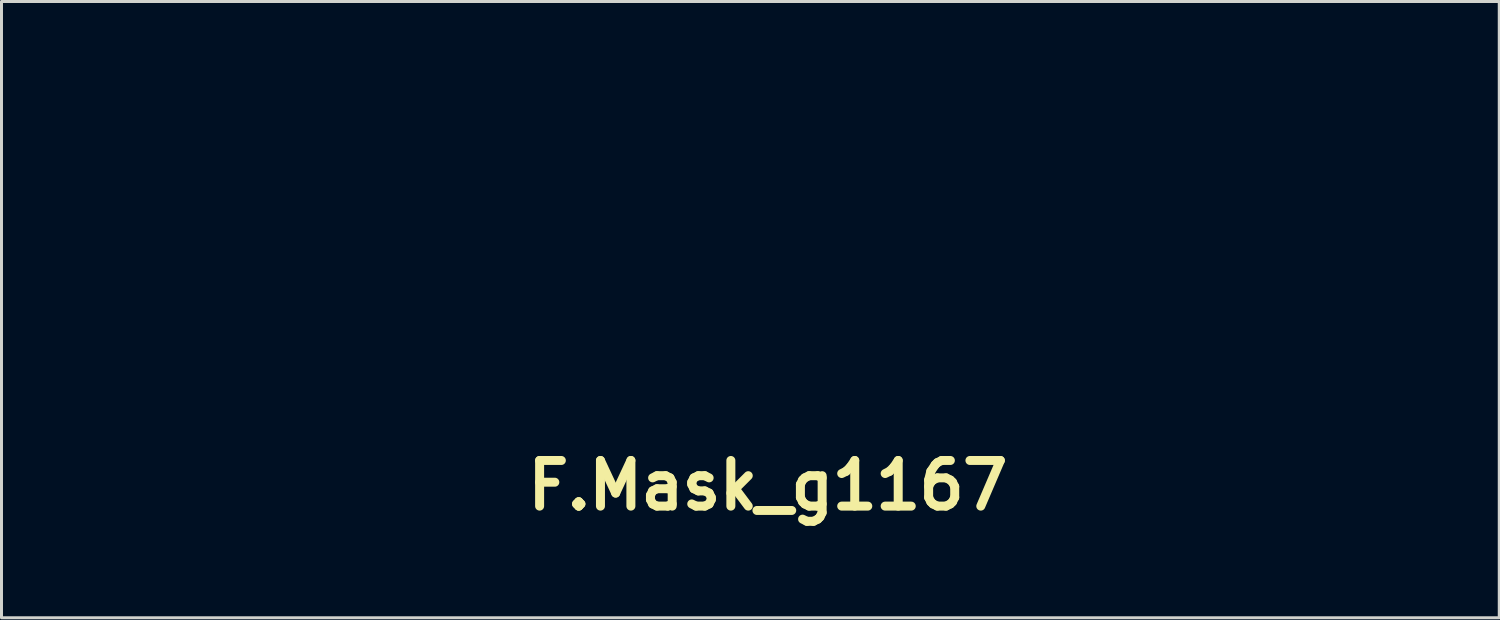
<source format=kicad_pcb>
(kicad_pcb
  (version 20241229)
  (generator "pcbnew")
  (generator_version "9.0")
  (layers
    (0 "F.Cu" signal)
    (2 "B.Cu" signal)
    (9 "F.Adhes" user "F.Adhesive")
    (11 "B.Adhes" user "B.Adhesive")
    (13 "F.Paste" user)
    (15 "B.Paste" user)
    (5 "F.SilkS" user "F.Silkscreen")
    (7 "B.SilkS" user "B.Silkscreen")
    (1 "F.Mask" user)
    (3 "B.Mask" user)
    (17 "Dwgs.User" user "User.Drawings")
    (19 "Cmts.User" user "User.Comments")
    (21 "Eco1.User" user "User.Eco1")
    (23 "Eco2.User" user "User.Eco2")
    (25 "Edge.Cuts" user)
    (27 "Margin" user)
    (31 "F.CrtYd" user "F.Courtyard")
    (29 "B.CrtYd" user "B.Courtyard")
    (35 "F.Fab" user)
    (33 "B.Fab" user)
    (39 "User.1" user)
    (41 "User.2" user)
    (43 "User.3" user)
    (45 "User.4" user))
  (footprint "F.Mask_g1167"
    (layer "F.Cu")
    (at 22.589 13.161)
    (property "Reference" "F.Mask_g1167" (at 0 0 0) (layer "F.SilkS") (effects (font (size 1.524 1.524) (thickness 0.3))))
    (attr through_hole)
    (fp_poly (pts (xy -21.358 -13.149) (xy -21.277 -13.146) (xy -21.166 -13.142) (xy -21.016 -13.138) (xy -20.83 -13.135) (xy -20.612 -13.132) (xy -20.364 -13.129) (xy -20.09 -13.127) (xy -19.793 -13.126) (xy -19.476 -13.125) (xy -19.143 -13.125) (xy -18.817 -13.125) (xy -18.703 -13.125) (xy -18.547 -13.125) (xy -18.351 -13.125) (xy -18.116 -13.125) (xy -17.843 -13.126) (xy -17.533 -13.126) (xy -17.187 -13.126) (xy -16.806 -13.126) (xy -16.392 -13.126) (xy -15.944 -13.126) (xy -15.466 -13.126) (xy -14.956 -13.126) (xy -14.418 -13.126) (xy -13.851 -13.126) (xy -13.257 -13.126) (xy -12.636 -13.126) (xy -11.99 -13.126) (xy -11.321 -13.126) (xy -10.628 -13.126) (xy -9.914 -13.126) (xy -9.178 -13.126) (xy -8.423 -13.126) (xy -7.649 -13.126) (xy -6.858 -13.126) (xy -6.05 -13.126) (xy -5.226 -13.126) (xy -4.389 -13.126) (xy -3.538 -13.126) (xy -2.674 -13.126) (xy -1.8 -13.126) (xy -0.915 -13.126) (xy -0.022 -13.126) (xy 0.88 -13.126) (xy 1.788 -13.126) (xy 2.281 -13.126) (xy 21.421 -13.123) (xy 21.421 -10.245) (xy 20.029 -10.245) (xy 20.016 -10.197) (xy 20.006 -10.142) (xy 20.003 -10.068) (xy 20.008 -9.971) (xy 20.019 -9.845) (xy 20.039 -9.685) (xy 20.047 -9.619) (xy 20.069 -9.44) (xy 20.079 -9.296) (xy 20.079 -9.181) (xy 20.067 -9.091) (xy 20.043 -9.018) (xy 20.017 -8.972) (xy 19.962 -8.907) (xy 19.894 -8.859) (xy 19.808 -8.828) (xy 19.698 -8.813) (xy 19.562 -8.813) (xy 19.393 -8.828) (xy 19.256 -8.845) (xy 19.079 -8.869) (xy 18.938 -8.883) (xy 18.829 -8.889) (xy 18.748 -8.886) (xy 18.696 -8.877) (xy 18.648 -8.864) (xy 18.643 -8.164) (xy 18.637 -7.463) (xy 18.542 -7.431) (xy 18.501 -7.421) (xy 18.444 -7.413) (xy 18.365 -7.406) (xy 18.26 -7.401) (xy 18.125 -7.398) (xy 17.954 -7.395) (xy 17.875 -7.394) (xy 17.72 -7.393) (xy 17.576 -7.392) (xy 17.449 -7.39) (xy 17.345 -7.389) (xy 17.272 -7.389) (xy 17.235 -7.388) (xy 17.166 -7.387) (xy 17.166 -5.99) (xy 15.769 -5.99) (xy 15.769 -4.588) (xy 15.679 -4.601) (xy 15.616 -4.607) (xy 15.516 -4.614) (xy 15.385 -4.62) (xy 15.227 -4.625) (xy 15.048 -4.63) (xy 14.852 -4.635) (xy 14.647 -4.64) (xy 14.436 -4.643) (xy 14.225 -4.646) (xy 14.019 -4.648) (xy 13.824 -4.649) (xy 13.645 -4.648) (xy 13.487 -4.647) (xy 13.42 -4.646) (xy 13.276 -4.643) (xy 13.097 -4.638) (xy 12.889 -4.632) (xy 12.658 -4.626) (xy 12.413 -4.619) (xy 12.158 -4.611) (xy 11.902 -4.603) (xy 11.65 -4.594) (xy 11.568 -4.592) (xy 11.124 -4.577) (xy 10.719 -4.564) (xy 10.35 -4.552) (xy 10.015 -4.542) (xy 9.708 -4.534) (xy 9.429 -4.527) (xy 9.172 -4.522) (xy 8.936 -4.518) (xy 8.717 -4.515) (xy 8.512 -4.514) (xy 8.317 -4.514) (xy 8.13 -4.515) (xy 7.948 -4.518) (xy 7.766 -4.521) (xy 7.583 -4.526) (xy 7.419 -4.531) (xy 7.201 -4.538) (xy 6.989 -4.548) (xy 6.788 -4.558) (xy 6.602 -4.569) (xy 6.438 -4.581) (xy 6.299 -4.593) (xy 6.191 -4.604) (xy 6.12 -4.615) (xy 6.107 -4.618) (xy 6.034 -4.643) (xy 5.955 -4.68) (xy 5.932 -4.693) (xy 5.842 -4.745) (xy 5.842 -5.99) (xy 3.048 -5.99) (xy 3.048 -6.376) (xy 3.046 -6.507) (xy 3.043 -6.668) (xy 3.042 -6.698) (xy 10.054 -6.698) (xy 10.054 -6.011) (xy 10.779 -6.016) (xy 11.504 -6.022) (xy 11.524 -6.123) (xy 11.53 -6.178) (xy 11.53 -6.252) (xy 11.524 -6.353) (xy 11.511 -6.485) (xy 11.497 -6.609) (xy 11.478 -6.764) (xy 11.465 -6.885) (xy 11.457 -6.977) (xy 11.453 -7.048) (xy 11.454 -7.106) (xy 11.459 -7.157) (xy 11.468 -7.208) (xy 11.474 -7.24) (xy 11.505 -7.339) (xy 11.553 -7.416) (xy 11.62 -7.473) (xy 11.71 -7.509) (xy 11.827 -7.527) (xy 11.974 -7.528) (xy 12.153 -7.511) (xy 12.351 -7.481) (xy 12.525 -7.459) (xy 12.692 -7.453) (xy 12.734 -7.455) (xy 12.912 -7.464) (xy 12.912 -6.011) (xy 13.604 -6.016) (xy 14.297 -6.022) (xy 14.314 -6.117) (xy 14.318 -6.187) (xy 14.315 -6.297) (xy 14.303 -6.447) (xy 14.287 -6.6) (xy 14.269 -6.77) (xy 14.259 -6.905) (xy 14.256 -7.013) (xy 14.261 -7.1) (xy 14.274 -7.174) (xy 14.296 -7.241) (xy 14.308 -7.271) (xy 14.356 -7.356) (xy 14.42 -7.421) (xy 14.503 -7.468) (xy 14.609 -7.498) (xy 14.742 -7.511) (xy 14.907 -7.509) (xy 15.106 -7.492) (xy 15.186 -7.482) (xy 15.376 -7.462) (xy 15.526 -7.452) (xy 15.637 -7.454) (xy 15.7 -7.464) (xy 15.748 -7.477) (xy 15.748 -8.805) (xy 15.806 -8.821) (xy 15.878 -8.832) (xy 15.983 -8.835) (xy 16.111 -8.83) (xy 16.254 -8.819) (xy 16.401 -8.801) (xy 16.439 -8.795) (xy 16.595 -8.776) (xy 16.751 -8.766) (xy 16.866 -8.766) (xy 16.985 -8.775) (xy 17.072 -8.795) (xy 17.135 -8.831) (xy 17.186 -8.887) (xy 17.224 -8.954) (xy 17.25 -9.018) (xy 17.266 -9.095) (xy 17.271 -9.19) (xy 17.266 -9.308) (xy 17.252 -9.456) (xy 17.227 -9.634) (xy 17.207 -9.797) (xy 17.194 -9.942) (xy 17.191 -10.058) (xy 17.193 -10.091) (xy 17.202 -10.245) (xy 15.769 -10.245) (xy 15.769 -8.848) (xy 14.287 -8.848) (xy 14.287 -10.245) (xy 12.912 -10.245) (xy 12.912 -8.848) (xy 12.215 -8.848) (xy 12.023 -8.847) (xy 11.87 -8.847) (xy 11.75 -8.845) (xy 11.659 -8.843) (xy 11.595 -8.84) (xy 11.551 -8.835) (xy 11.524 -8.829) (xy 11.511 -8.821) (xy 11.506 -8.814) (xy 11.498 -8.765) (xy 11.494 -8.684) (xy 11.495 -8.582) (xy 11.5 -8.468) (xy 11.51 -8.353) (xy 11.523 -8.248) (xy 11.524 -8.244) (xy 11.549 -8.079) (xy 11.564 -7.947) (xy 11.572 -7.841) (xy 11.571 -7.755) (xy 11.562 -7.679) (xy 11.557 -7.654) (xy 11.517 -7.536) (xy 11.452 -7.443) (xy 11.368 -7.381) (xy 11.328 -7.367) (xy 11.226 -7.35) (xy 11.088 -7.346) (xy 10.919 -7.355) (xy 10.724 -7.376) (xy 10.633 -7.389) (xy 10.476 -7.409) (xy 10.335 -7.42) (xy 10.218 -7.422) (xy 10.129 -7.415) (xy 10.077 -7.399) (xy 10.07 -7.374) (xy 10.064 -7.31) (xy 10.059 -7.206) (xy 10.056 -7.062) (xy 10.055 -6.876) (xy 10.054 -6.698) (xy 3.042 -6.698) (xy 3.038 -6.85) (xy 3.031 -7.041) (xy 3.023 -7.231) (xy 3.016 -7.366) (xy 3.008 -7.552) (xy 3 -7.751) (xy 2.993 -7.952) (xy 2.988 -8.143) (xy 2.986 -8.312) (xy 2.985 -8.408) (xy 2.985 -8.848) (xy 1.587 -8.848) (xy 1.587 -10.241) (xy 1.479 -10.256) (xy 1.44 -10.258) (xy 1.362 -10.26) (xy 1.249 -10.261) (xy 1.105 -10.262) (xy 0.935 -10.262) (xy 0.74 -10.261) (xy 0.527 -10.26) (xy 0.297 -10.259) (xy 0.055 -10.257) (xy -0.071 -10.256) (xy -0.454 -10.252) (xy -0.797 -10.25) (xy -1.103 -10.25) (xy -1.376 -10.252) (xy -1.619 -10.255) (xy -1.834 -10.261) (xy -2.025 -10.268) (xy -2.195 -10.277) (xy -2.346 -10.289) (xy -2.481 -10.302) (xy -2.513 -10.306) (xy -2.645 -10.322) (xy -2.666 -10.257) (xy -2.689 -10.171) (xy -2.705 -10.068) (xy -2.716 -9.941) (xy -2.722 -9.788) (xy -2.722 -9.602) (xy -2.718 -9.38) (xy -2.717 -9.361) (xy -2.703 -8.848) (xy -4.106 -8.848) (xy -4.106 -7.456) (xy -4.154 -7.443) (xy -4.209 -7.435) (xy -4.295 -7.431) (xy -4.402 -7.431) (xy -4.517 -7.434) (xy -4.63 -7.441) (xy -4.73 -7.45) (xy -4.741 -7.452) (xy -4.839 -7.462) (xy -4.957 -7.47) (xy -5.074 -7.475) (xy -5.105 -7.475) (xy -5.252 -7.469) (xy -5.363 -7.448) (xy -5.442 -7.41) (xy -5.492 -7.354) (xy -5.498 -7.345) (xy -5.516 -7.276) (xy -5.523 -7.169) (xy -5.518 -7.025) (xy -5.501 -6.848) (xy -5.481 -6.688) (xy -5.458 -6.504) (xy -5.449 -6.355) (xy -5.453 -6.238) (xy -5.47 -6.148) (xy -5.484 -6.111) (xy -5.505 -6.08) (xy -5.539 -6.056) (xy -5.59 -6.037) (xy -5.663 -6.022) (xy -5.762 -6.011) (xy -5.891 -6.004) (xy -6.054 -6) (xy -6.255 -5.998) (xy -6.403 -5.997) (xy -6.54 -5.996) (xy -6.659 -5.995) (xy -6.753 -5.994) (xy -6.817 -5.993) (xy -6.84 -5.993) (xy -6.895 -5.99) (xy -6.906 -5.435) (xy -6.91 -5.276) (xy -6.916 -5.124) (xy -6.923 -4.986) (xy -6.93 -4.869) (xy -6.938 -4.78) (xy -6.944 -4.736) (xy -6.97 -4.593) (xy -11.904 -4.598) (xy -16.838 -4.604) (xy -16.858 -4.705) (xy -16.864 -4.766) (xy -16.864 -4.847) (xy -16.857 -4.956) (xy -16.842 -5.098) (xy -16.837 -5.139) (xy -16.815 -5.344) (xy -16.803 -5.511) (xy -16.801 -5.647) (xy -16.811 -5.754) (xy -16.833 -5.839) (xy -16.868 -5.905) (xy -16.916 -5.957) (xy -16.95 -5.983) (xy -17.005 -6.011) (xy -12.637 -6.011) (xy -11.26 -6.011) (xy -11.261 -6.493) (xy -11.26 -6.636) (xy -11.258 -6.769) (xy -11.254 -6.885) (xy -11.25 -6.976) (xy -11.245 -7.035) (xy -11.243 -7.049) (xy -11.195 -7.186) (xy -11.123 -7.293) (xy -11.021 -7.372) (xy -10.886 -7.43) (xy -10.85 -7.44) (xy -10.779 -7.456) (xy -10.702 -7.466) (xy -10.61 -7.47) (xy -10.491 -7.469) (xy -10.432 -7.468) (xy -10.266 -7.458) (xy -10.134 -7.439) (xy -10.03 -7.408) (xy -9.947 -7.364) (xy -9.878 -7.304) (xy -9.864 -7.29) (xy -9.83 -7.246) (xy -9.803 -7.2) (xy -9.784 -7.145) (xy -9.77 -7.076) (xy -9.763 -6.987) (xy -9.76 -6.873) (xy -9.761 -6.727) (xy -9.765 -6.572) (xy -9.768 -6.433) (xy -9.77 -6.306) (xy -9.77 -6.198) (xy -9.769 -6.117) (xy -9.767 -6.067) (xy -9.765 -6.059) (xy -9.753 -6.011) (xy -8.384 -6.011) (xy -8.37 -6.087) (xy -8.363 -6.167) (xy -8.365 -6.286) (xy -8.375 -6.437) (xy -8.393 -6.619) (xy -8.414 -6.779) (xy -8.433 -6.969) (xy -8.433 -7.124) (xy -8.414 -7.248) (xy -8.374 -7.344) (xy -8.313 -7.418) (xy -8.229 -7.471) (xy -8.218 -7.476) (xy -8.125 -7.502) (xy -7.997 -7.515) (xy -7.838 -7.515) (xy -7.655 -7.501) (xy -7.514 -7.484) (xy -7.367 -7.466) (xy -7.229 -7.455) (xy -7.108 -7.452) (xy -7.013 -7.456) (xy -6.969 -7.464) (xy -6.922 -7.477) (xy -6.917 -8.146) (xy -6.911 -8.816) (xy -6.792 -8.835) (xy -6.728 -8.841) (xy -6.65 -8.841) (xy -6.55 -8.833) (xy -6.42 -8.818) (xy -6.346 -8.808) (xy -6.128 -8.781) (xy -5.948 -8.767) (xy -5.8 -8.766) (xy -5.683 -8.779) (xy -5.592 -8.808) (xy -5.523 -8.854) (xy -5.473 -8.917) (xy -5.438 -8.999) (xy -5.419 -9.078) (xy -5.413 -9.117) (xy -5.409 -9.158) (xy -5.409 -9.208) (xy -5.412 -9.27) (xy -5.42 -9.352) (xy -5.431 -9.458) (xy -5.448 -9.594) (xy -5.47 -9.767) (xy -5.472 -9.783) (xy -5.488 -9.92) (xy -5.495 -10.023) (xy -5.494 -10.101) (xy -5.487 -10.148) (xy -5.466 -10.245) (xy -6.9 -10.245) (xy -6.9 -8.848) (xy -8.382 -8.848) (xy -8.382 -10.245) (xy -9.758 -10.245) (xy -9.758 -8.848) (xy -11.171 -8.848) (xy -11.184 -8.8) (xy -11.194 -8.728) (xy -11.195 -8.626) (xy -11.186 -8.491) (xy -11.166 -8.319) (xy -11.153 -8.219) (xy -11.127 -8.009) (xy -11.117 -7.836) (xy -11.121 -7.695) (xy -11.142 -7.583) (xy -11.18 -7.497) (xy -11.236 -7.432) (xy -11.309 -7.386) (xy -11.312 -7.385) (xy -11.381 -7.362) (xy -11.469 -7.35) (xy -11.582 -7.346) (xy -11.723 -7.353) (xy -11.898 -7.37) (xy -12.068 -7.391) (xy -12.216 -7.409) (xy -12.33 -7.421) (xy -12.417 -7.425) (xy -12.482 -7.423) (xy -12.523 -7.418) (xy -12.626 -7.398) (xy -12.637 -6.011) (xy -17.005 -6.011) (xy -17.016 -6.017) (xy -17.095 -6.038) (xy -17.194 -6.047) (xy -17.319 -6.043) (xy -17.475 -6.027) (xy -17.589 -6.012) (xy -17.79 -5.985) (xy -17.954 -5.969) (xy -18.085 -5.964) (xy -18.187 -5.969) (xy -18.238 -5.977) (xy -18.276 -5.989) (xy -18.298 -6.011) (xy -18.31 -6.054) (xy -18.317 -6.107) (xy -18.32 -6.173) (xy -18.317 -6.269) (xy -18.31 -6.384) (xy -18.299 -6.507) (xy -18.297 -6.524) (xy -18.279 -6.728) (xy -18.274 -6.898) (xy -18.278 -6.996) (xy -18.286 -7.095) (xy -18.291 -7.194) (xy -18.294 -7.273) (xy -18.294 -7.276) (xy -18.295 -7.387) (xy -18.995 -7.392) (xy -19.696 -7.398) (xy -19.701 -8.123) (xy -19.707 -8.848) (xy -21.167 -8.848) (xy -21.167 -10.245) (xy -22.558 -10.245) (xy -22.571 -10.388) (xy -22.581 -10.534) (xy -22.584 -10.691) (xy -22.579 -10.868) (xy -22.566 -11.071) (xy -22.551 -11.257) (xy -22.535 -11.475) (xy -22.528 -11.702) (xy -22.529 -11.945) (xy -22.538 -12.212) (xy -22.555 -12.513) (xy -22.556 -12.518) (xy -22.559 -12.654) (xy -22.549 -12.76) (xy -22.52 -12.846) (xy -22.472 -12.922) (xy -22.446 -12.953) (xy -22.381 -13.013) (xy -22.304 -13.062) (xy -22.21 -13.1) (xy -22.097 -13.128) (xy -21.959 -13.146) (xy -21.792 -13.155) (xy -21.594 -13.156) (xy -21.358 -13.149)) (stroke (width 0.01) (type solid)) (fill yes) (layer "F.Mask")))
  (gr_rect
    (start -3 -3)
    (end 47.014 17.579)
    (stroke (width 0.1) (type default))
    (fill no)
    (layer "Edge.Cuts")))
</source>
